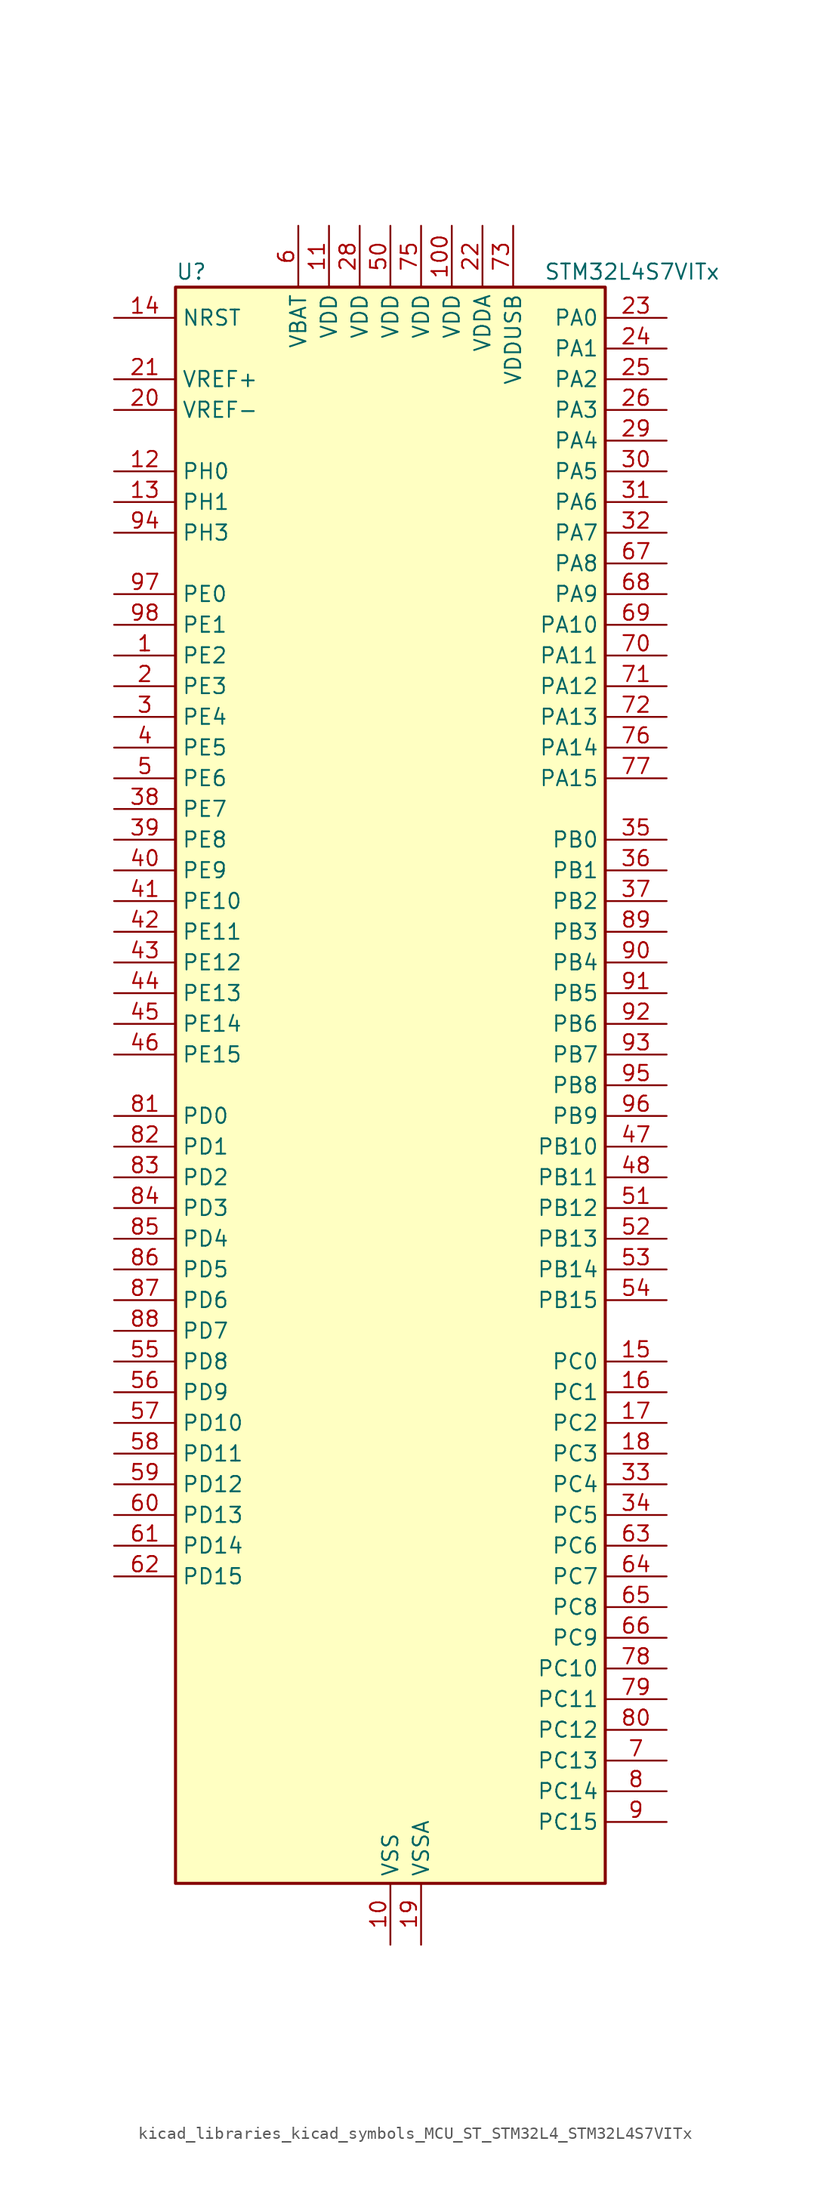
<source format=kicad_sym>
(kicad_symbol_lib
  (version 20220914)
  (generator kicad_symbol_editor)
  (symbol "kicad_libraries_kicad_symbols_MCU_ST_STM32L4_STM32L4S7VITx"
    (property "Reference" "U"
      (at -17.78 67.31 0)
      (effects (font (size 1.27 1.27)) (justify left)))
    (property "Value" "STM32L4S7VITx"
      (at 12.7 67.31 0)
      (effects (font (size 1.27 1.27)) (justify left)))
    (property "ki_locked" ""
      (at 0 0 0)
      (effects (font (size 1.27 1.27))))
    (symbol "kicad_libraries_kicad_symbols_MCU_ST_STM32L4_STM32L4S7VITx_0_1"
      (rectangle (start -17.78 -66.04) (end 17.78 66.04) (stroke (width 0.254) (type default)) (fill (type background))))
    (symbol "kicad_libraries_kicad_symbols_MCU_ST_STM32L4_STM32L4S7VITx_1_1"
      (pin bidirectional line (at -22.86 35.56 0) (length 5.08) (name "PE2" (effects (font (size 1.27 1.27)))) (number "1" (effects (font (size 1.27 1.27)))) (alternate "FMC_A23" bidirectional line) (alternate "LTDC_R0" bidirectional line) (alternate "SAI1_CK1" bidirectional line) (alternate "SAI1_MCLK_A" bidirectional line) (alternate "SYS_TRACECLK" bidirectional line) (alternate "TIM3_ETR" bidirectional line) (alternate "TSC_G7_IO1" bidirectional line))
      (pin power_in line (at 0 -71.12 90) (length 5.08) (name "VSS" (effects (font (size 1.27 1.27)))) (number "10" (effects (font (size 1.27 1.27)))))
      (pin power_in line (at 5.08 71.12 270) (length 5.08) (name "VDD" (effects (font (size 1.27 1.27)))) (number "100" (effects (font (size 1.27 1.27)))))
      (pin power_in line (at -5.08 71.12 270) (length 5.08) (name "VDD" (effects (font (size 1.27 1.27)))) (number "11" (effects (font (size 1.27 1.27)))))
      (pin bidirectional line (at -22.86 50.8 0) (length 5.08) (name "PH0" (effects (font (size 1.27 1.27)))) (number "12" (effects (font (size 1.27 1.27)))) (alternate "RCC_OSC_IN" bidirectional line))
      (pin bidirectional line (at -22.86 48.26 0) (length 5.08) (name "PH1" (effects (font (size 1.27 1.27)))) (number "13" (effects (font (size 1.27 1.27)))) (alternate "RCC_OSC_OUT" bidirectional line))
      (pin input line (at -22.86 63.5 0) (length 5.08) (name "NRST" (effects (font (size 1.27 1.27)))) (number "14" (effects (font (size 1.27 1.27)))))
      (pin bidirectional line (at 22.86 -22.86 180) (length 5.08) (name "PC0" (effects (font (size 1.27 1.27)))) (number "15" (effects (font (size 1.27 1.27)))) (alternate "ADC1_IN1" bidirectional line) (alternate "DFSDM1_DATIN4" bidirectional line) (alternate "I2C3_SCL" bidirectional line) (alternate "LPTIM1_IN1" bidirectional line) (alternate "LPTIM2_IN1" bidirectional line) (alternate "LPUART1_RX" bidirectional line) (alternate "SAI2_FS_A" bidirectional line))
      (pin bidirectional line (at 22.86 -25.4 180) (length 5.08) (name "PC1" (effects (font (size 1.27 1.27)))) (number "16" (effects (font (size 1.27 1.27)))) (alternate "ADC1_IN2" bidirectional line) (alternate "DFSDM1_CKIN4" bidirectional line) (alternate "I2C3_SDA" bidirectional line) (alternate "LPTIM1_OUT" bidirectional line) (alternate "LPUART1_TX" bidirectional line) (alternate "OCTOSPIM_P1_IO4" bidirectional line) (alternate "SAI1_SD_A" bidirectional line) (alternate "SPI2_MOSI" bidirectional line) (alternate "SYS_TRACED0" bidirectional line))
      (pin bidirectional line (at 22.86 -27.94 180) (length 5.08) (name "PC2" (effects (font (size 1.27 1.27)))) (number "17" (effects (font (size 1.27 1.27)))) (alternate "ADC1_IN3" bidirectional line) (alternate "DFSDM1_CKOUT" bidirectional line) (alternate "LPTIM1_IN2" bidirectional line) (alternate "OCTOSPIM_P1_IO5" bidirectional line) (alternate "SPI2_MISO" bidirectional line))
      (pin bidirectional line (at 22.86 -30.48 180) (length 5.08) (name "PC3" (effects (font (size 1.27 1.27)))) (number "18" (effects (font (size 1.27 1.27)))) (alternate "ADC1_IN4" bidirectional line) (alternate "LPTIM1_ETR" bidirectional line) (alternate "LPTIM2_ETR" bidirectional line) (alternate "OCTOSPIM_P1_IO6" bidirectional line) (alternate "SAI1_D1" bidirectional line) (alternate "SAI1_SD_A" bidirectional line) (alternate "SPI2_MOSI" bidirectional line))
      (pin power_in line (at 2.54 -71.12 90) (length 5.08) (name "VSSA" (effects (font (size 1.27 1.27)))) (number "19" (effects (font (size 1.27 1.27)))))
      (pin bidirectional line (at -22.86 33.02 0) (length 5.08) (name "PE3" (effects (font (size 1.27 1.27)))) (number "2" (effects (font (size 1.27 1.27)))) (alternate "FMC_A19" bidirectional line) (alternate "LTDC_R1" bidirectional line) (alternate "OCTOSPIM_P1_DQS" bidirectional line) (alternate "SAI1_SD_B" bidirectional line) (alternate "SYS_TRACED0" bidirectional line) (alternate "TIM3_CH1" bidirectional line) (alternate "TSC_G7_IO2" bidirectional line))
      (pin input line (at -22.86 55.88 0) (length 5.08) (name "VREF-" (effects (font (size 1.27 1.27)))) (number "20" (effects (font (size 1.27 1.27)))))
      (pin input line (at -22.86 58.42 0) (length 5.08) (name "VREF+" (effects (font (size 1.27 1.27)))) (number "21" (effects (font (size 1.27 1.27)))) (alternate "VREFBUF_OUT" bidirectional line))
      (pin power_in line (at 7.62 71.12 270) (length 5.08) (name "VDDA" (effects (font (size 1.27 1.27)))) (number "22" (effects (font (size 1.27 1.27)))))
      (pin bidirectional line (at 22.86 63.5 180) (length 5.08) (name "PA0" (effects (font (size 1.27 1.27)))) (number "23" (effects (font (size 1.27 1.27)))) (alternate "ADC1_IN5" bidirectional line) (alternate "OPAMP1_VINP" bidirectional line) (alternate "RTC_TAMP2" bidirectional line) (alternate "SAI1_EXTCLK" bidirectional line) (alternate "SYS_WKUP1" bidirectional line) (alternate "TIM2_CH1" bidirectional line) (alternate "TIM2_ETR" bidirectional line) (alternate "TIM5_CH1" bidirectional line) (alternate "TIM8_ETR" bidirectional line) (alternate "UART4_TX" bidirectional line) (alternate "USART2_CTS" bidirectional line) (alternate "USART2_NSS" bidirectional line))
      (pin bidirectional line (at 22.86 60.96 180) (length 5.08) (name "PA1" (effects (font (size 1.27 1.27)))) (number "24" (effects (font (size 1.27 1.27)))) (alternate "ADC1_IN6" bidirectional line) (alternate "I2C1_SMBA" bidirectional line) (alternate "OCTOSPIM_P1_DQS" bidirectional line) (alternate "OPAMP1_VINM" bidirectional line) (alternate "SPI1_SCK" bidirectional line) (alternate "TIM15_CH1N" bidirectional line) (alternate "TIM2_CH2" bidirectional line) (alternate "TIM5_CH2" bidirectional line) (alternate "UART4_RX" bidirectional line) (alternate "USART2_DE" bidirectional line) (alternate "USART2_RTS" bidirectional line))
      (pin bidirectional line (at 22.86 58.42 180) (length 5.08) (name "PA2" (effects (font (size 1.27 1.27)))) (number "25" (effects (font (size 1.27 1.27)))) (alternate "ADC1_IN7" bidirectional line) (alternate "LPUART1_TX" bidirectional line) (alternate "OCTOSPIM_P1_NCS" bidirectional line) (alternate "RCC_LSCO" bidirectional line) (alternate "SAI2_EXTCLK" bidirectional line) (alternate "SYS_WKUP4" bidirectional line) (alternate "TIM15_CH1" bidirectional line) (alternate "TIM2_CH3" bidirectional line) (alternate "TIM5_CH3" bidirectional line) (alternate "USART2_TX" bidirectional line))
      (pin bidirectional line (at 22.86 55.88 180) (length 5.08) (name "PA3" (effects (font (size 1.27 1.27)))) (number "26" (effects (font (size 1.27 1.27)))) (alternate "ADC1_IN8" bidirectional line) (alternate "LPUART1_RX" bidirectional line) (alternate "OCTOSPIM_P1_CLK" bidirectional line) (alternate "OPAMP1_VOUT" bidirectional line) (alternate "SAI1_CK1" bidirectional line) (alternate "SAI1_MCLK_A" bidirectional line) (alternate "TIM15_CH2" bidirectional line) (alternate "TIM2_CH4" bidirectional line) (alternate "TIM5_CH4" bidirectional line) (alternate "USART2_RX" bidirectional line))
      (pin passive line (at 0 -71.12 90) (length 5.08) hide (name "VSS" (effects (font (size 1.27 1.27)))) (number "27" (effects (font (size 1.27 1.27)))))
      (pin power_in line (at -2.54 71.12 270) (length 5.08) (name "VDD" (effects (font (size 1.27 1.27)))) (number "28" (effects (font (size 1.27 1.27)))))
      (pin bidirectional line (at 22.86 53.34 180) (length 5.08) (name "PA4" (effects (font (size 1.27 1.27)))) (number "29" (effects (font (size 1.27 1.27)))) (alternate "ADC1_IN9" bidirectional line) (alternate "DAC1_OUT1" bidirectional line) (alternate "DCMI_HSYNC" bidirectional line) (alternate "LPTIM2_OUT" bidirectional line) (alternate "OCTOSPIM_P1_NCS" bidirectional line) (alternate "SAI1_FS_B" bidirectional line) (alternate "SPI1_NSS" bidirectional line) (alternate "SPI3_NSS" bidirectional line) (alternate "USART2_CK" bidirectional line))
      (pin bidirectional line (at -22.86 30.48 0) (length 5.08) (name "PE4" (effects (font (size 1.27 1.27)))) (number "3" (effects (font (size 1.27 1.27)))) (alternate "DCMI_D4" bidirectional line) (alternate "DFSDM1_DATIN3" bidirectional line) (alternate "FMC_A20" bidirectional line) (alternate "LTDC_B0" bidirectional line) (alternate "SAI1_D2" bidirectional line) (alternate "SAI1_FS_A" bidirectional line) (alternate "SYS_TRACED1" bidirectional line) (alternate "TIM3_CH2" bidirectional line) (alternate "TSC_G7_IO3" bidirectional line))
      (pin bidirectional line (at 22.86 50.8 180) (length 5.08) (name "PA5" (effects (font (size 1.27 1.27)))) (number "30" (effects (font (size 1.27 1.27)))) (alternate "ADC1_IN10" bidirectional line) (alternate "DAC1_OUT2" bidirectional line) (alternate "LPTIM2_ETR" bidirectional line) (alternate "SPI1_SCK" bidirectional line) (alternate "TIM2_CH1" bidirectional line) (alternate "TIM2_ETR" bidirectional line) (alternate "TIM8_CH1N" bidirectional line))
      (pin bidirectional line (at 22.86 48.26 180) (length 5.08) (name "PA6" (effects (font (size 1.27 1.27)))) (number "31" (effects (font (size 1.27 1.27)))) (alternate "ADC1_IN11" bidirectional line) (alternate "DCMI_PIXCLK" bidirectional line) (alternate "LPUART1_CTS" bidirectional line) (alternate "OCTOSPIM_P1_IO3" bidirectional line) (alternate "OPAMP2_VINP" bidirectional line) (alternate "SPI1_MISO" bidirectional line) (alternate "TIM16_CH1" bidirectional line) (alternate "TIM1_BKIN" bidirectional line) (alternate "TIM3_CH1" bidirectional line) (alternate "TIM8_BKIN" bidirectional line) (alternate "USART3_CTS" bidirectional line) (alternate "USART3_NSS" bidirectional line))
      (pin bidirectional line (at 22.86 45.72 180) (length 5.08) (name "PA7" (effects (font (size 1.27 1.27)))) (number "32" (effects (font (size 1.27 1.27)))) (alternate "ADC1_IN12" bidirectional line) (alternate "I2C3_SCL" bidirectional line) (alternate "OCTOSPIM_P1_IO2" bidirectional line) (alternate "OPAMP2_VINM" bidirectional line) (alternate "SPI1_MOSI" bidirectional line) (alternate "TIM17_CH1" bidirectional line) (alternate "TIM1_CH1N" bidirectional line) (alternate "TIM3_CH2" bidirectional line) (alternate "TIM8_CH1N" bidirectional line))
      (pin bidirectional line (at 22.86 -33.02 180) (length 5.08) (name "PC4" (effects (font (size 1.27 1.27)))) (number "33" (effects (font (size 1.27 1.27)))) (alternate "ADC1_IN13" bidirectional line) (alternate "COMP1_INM" bidirectional line) (alternate "OCTOSPIM_P1_IO7" bidirectional line) (alternate "USART3_TX" bidirectional line))
      (pin bidirectional line (at 22.86 -35.56 180) (length 5.08) (name "PC5" (effects (font (size 1.27 1.27)))) (number "34" (effects (font (size 1.27 1.27)))) (alternate "ADC1_IN14" bidirectional line) (alternate "COMP1_INP" bidirectional line) (alternate "SAI1_D3" bidirectional line) (alternate "SYS_WKUP5" bidirectional line) (alternate "USART3_RX" bidirectional line))
      (pin bidirectional line (at 22.86 20.32 180) (length 5.08) (name "PB0" (effects (font (size 1.27 1.27)))) (number "35" (effects (font (size 1.27 1.27)))) (alternate "ADC1_IN15" bidirectional line) (alternate "COMP1_OUT" bidirectional line) (alternate "OCTOSPIM_P1_IO1" bidirectional line) (alternate "OPAMP2_VOUT" bidirectional line) (alternate "SAI1_EXTCLK" bidirectional line) (alternate "SPI1_NSS" bidirectional line) (alternate "TIM1_CH2N" bidirectional line) (alternate "TIM3_CH3" bidirectional line) (alternate "TIM8_CH2N" bidirectional line) (alternate "USART3_CK" bidirectional line))
      (pin bidirectional line (at 22.86 17.78 180) (length 5.08) (name "PB1" (effects (font (size 1.27 1.27)))) (number "36" (effects (font (size 1.27 1.27)))) (alternate "ADC1_IN16" bidirectional line) (alternate "COMP1_INM" bidirectional line) (alternate "DFSDM1_DATIN0" bidirectional line) (alternate "LPTIM2_IN1" bidirectional line) (alternate "LPUART1_DE" bidirectional line) (alternate "LPUART1_RTS" bidirectional line) (alternate "OCTOSPIM_P1_IO0" bidirectional line) (alternate "TIM1_CH3N" bidirectional line) (alternate "TIM3_CH4" bidirectional line) (alternate "TIM8_CH3N" bidirectional line) (alternate "USART3_DE" bidirectional line) (alternate "USART3_RTS" bidirectional line))
      (pin bidirectional line (at 22.86 15.24 180) (length 5.08) (name "PB2" (effects (font (size 1.27 1.27)))) (number "37" (effects (font (size 1.27 1.27)))) (alternate "COMP1_INP" bidirectional line) (alternate "DFSDM1_CKIN0" bidirectional line) (alternate "I2C3_SMBA" bidirectional line) (alternate "LPTIM1_OUT" bidirectional line) (alternate "LTDC_B1" bidirectional line) (alternate "OCTOSPIM_P1_DQS" bidirectional line) (alternate "RTC_OUT_ALARM" bidirectional line) (alternate "RTC_OUT_CALIB" bidirectional line))
      (pin bidirectional line (at -22.86 22.86 0) (length 5.08) (name "PE7" (effects (font (size 1.27 1.27)))) (number "38" (effects (font (size 1.27 1.27)))) (alternate "DFSDM1_DATIN2" bidirectional line) (alternate "FMC_D4" bidirectional line) (alternate "FMC_DA4" bidirectional line) (alternate "LTDC_B6" bidirectional line) (alternate "SAI1_SD_B" bidirectional line) (alternate "TIM1_ETR" bidirectional line))
      (pin bidirectional line (at -22.86 20.32 0) (length 5.08) (name "PE8" (effects (font (size 1.27 1.27)))) (number "39" (effects (font (size 1.27 1.27)))) (alternate "DFSDM1_CKIN2" bidirectional line) (alternate "FMC_D5" bidirectional line) (alternate "FMC_DA5" bidirectional line) (alternate "LTDC_B7" bidirectional line) (alternate "SAI1_SCK_B" bidirectional line) (alternate "TIM1_CH1N" bidirectional line))
      (pin bidirectional line (at -22.86 27.94 0) (length 5.08) (name "PE5" (effects (font (size 1.27 1.27)))) (number "4" (effects (font (size 1.27 1.27)))) (alternate "DCMI_D6" bidirectional line) (alternate "DFSDM1_CKIN3" bidirectional line) (alternate "FMC_A21" bidirectional line) (alternate "LTDC_G0" bidirectional line) (alternate "SAI1_CK2" bidirectional line) (alternate "SAI1_SCK_A" bidirectional line) (alternate "SYS_TRACED2" bidirectional line) (alternate "TIM3_CH3" bidirectional line) (alternate "TSC_G7_IO4" bidirectional line))
      (pin bidirectional line (at -22.86 17.78 0) (length 5.08) (name "PE9" (effects (font (size 1.27 1.27)))) (number "40" (effects (font (size 1.27 1.27)))) (alternate "DAC1_EXTI9" bidirectional line) (alternate "DFSDM1_CKOUT" bidirectional line) (alternate "FMC_D6" bidirectional line) (alternate "FMC_DA6" bidirectional line) (alternate "LTDC_G2" bidirectional line) (alternate "SAI1_FS_B" bidirectional line) (alternate "TIM1_CH1" bidirectional line))
      (pin bidirectional line (at -22.86 15.24 0) (length 5.08) (name "PE10" (effects (font (size 1.27 1.27)))) (number "41" (effects (font (size 1.27 1.27)))) (alternate "DFSDM1_DATIN4" bidirectional line) (alternate "FMC_D7" bidirectional line) (alternate "FMC_DA7" bidirectional line) (alternate "LTDC_G3" bidirectional line) (alternate "OCTOSPIM_P1_CLK" bidirectional line) (alternate "SAI1_MCLK_B" bidirectional line) (alternate "TIM1_CH2N" bidirectional line) (alternate "TSC_G5_IO1" bidirectional line))
      (pin bidirectional line (at -22.86 12.7 0) (length 5.08) (name "PE11" (effects (font (size 1.27 1.27)))) (number "42" (effects (font (size 1.27 1.27)))) (alternate "ADC1_EXTI11" bidirectional line) (alternate "DFSDM1_CKIN4" bidirectional line) (alternate "FMC_D8" bidirectional line) (alternate "FMC_DA8" bidirectional line) (alternate "LTDC_G4" bidirectional line) (alternate "OCTOSPIM_P1_NCS" bidirectional line) (alternate "TIM1_CH2" bidirectional line) (alternate "TSC_G5_IO2" bidirectional line))
      (pin bidirectional line (at -22.86 10.16 0) (length 5.08) (name "PE12" (effects (font (size 1.27 1.27)))) (number "43" (effects (font (size 1.27 1.27)))) (alternate "DFSDM1_DATIN5" bidirectional line) (alternate "FMC_D9" bidirectional line) (alternate "FMC_DA9" bidirectional line) (alternate "LTDC_G5" bidirectional line) (alternate "OCTOSPIM_P1_IO0" bidirectional line) (alternate "SPI1_NSS" bidirectional line) (alternate "TIM1_CH3N" bidirectional line) (alternate "TSC_G5_IO3" bidirectional line))
      (pin bidirectional line (at -22.86 7.62 0) (length 5.08) (name "PE13" (effects (font (size 1.27 1.27)))) (number "44" (effects (font (size 1.27 1.27)))) (alternate "DFSDM1_CKIN5" bidirectional line) (alternate "FMC_D10" bidirectional line) (alternate "FMC_DA10" bidirectional line) (alternate "LTDC_G6" bidirectional line) (alternate "OCTOSPIM_P1_IO1" bidirectional line) (alternate "SPI1_SCK" bidirectional line) (alternate "TIM1_CH3" bidirectional line) (alternate "TSC_G5_IO4" bidirectional line))
      (pin bidirectional line (at -22.86 5.08 0) (length 5.08) (name "PE14" (effects (font (size 1.27 1.27)))) (number "45" (effects (font (size 1.27 1.27)))) (alternate "FMC_D11" bidirectional line) (alternate "FMC_DA11" bidirectional line) (alternate "LTDC_G7" bidirectional line) (alternate "OCTOSPIM_P1_IO2" bidirectional line) (alternate "SPI1_MISO" bidirectional line) (alternate "TIM1_BKIN2" bidirectional line) (alternate "TIM1_CH4" bidirectional line))
      (pin bidirectional line (at -22.86 2.54 0) (length 5.08) (name "PE15" (effects (font (size 1.27 1.27)))) (number "46" (effects (font (size 1.27 1.27)))) (alternate "ADC1_EXTI15" bidirectional line) (alternate "FMC_D12" bidirectional line) (alternate "FMC_DA12" bidirectional line) (alternate "LTDC_R2" bidirectional line) (alternate "OCTOSPIM_P1_IO3" bidirectional line) (alternate "SPI1_MOSI" bidirectional line) (alternate "TIM1_BKIN" bidirectional line))
      (pin bidirectional line (at 22.86 -5.08 180) (length 5.08) (name "PB10" (effects (font (size 1.27 1.27)))) (number "47" (effects (font (size 1.27 1.27)))) (alternate "COMP1_OUT" bidirectional line) (alternate "DFSDM1_DATIN7" bidirectional line) (alternate "I2C2_SCL" bidirectional line) (alternate "I2C4_SCL" bidirectional line) (alternate "LPUART1_RX" bidirectional line) (alternate "OCTOSPIM_P1_CLK" bidirectional line) (alternate "SAI1_SCK_A" bidirectional line) (alternate "SPI2_SCK" bidirectional line) (alternate "TIM2_CH3" bidirectional line) (alternate "TSC_SYNC" bidirectional line) (alternate "USART3_TX" bidirectional line))
      (pin bidirectional line (at 22.86 -7.62 180) (length 5.08) (name "PB11" (effects (font (size 1.27 1.27)))) (number "48" (effects (font (size 1.27 1.27)))) (alternate "ADC1_EXTI11" bidirectional line) (alternate "COMP2_OUT" bidirectional line) (alternate "DFSDM1_CKIN7" bidirectional line) (alternate "I2C2_SDA" bidirectional line) (alternate "I2C4_SDA" bidirectional line) (alternate "LPUART1_TX" bidirectional line) (alternate "OCTOSPIM_P1_NCS" bidirectional line) (alternate "TIM2_CH4" bidirectional line) (alternate "USART3_RX" bidirectional line))
      (pin passive line (at 0 -71.12 90) (length 5.08) hide (name "VSS" (effects (font (size 1.27 1.27)))) (number "49" (effects (font (size 1.27 1.27)))))
      (pin bidirectional line (at -22.86 25.4 0) (length 5.08) (name "PE6" (effects (font (size 1.27 1.27)))) (number "5" (effects (font (size 1.27 1.27)))) (alternate "DCMI_D7" bidirectional line) (alternate "FMC_A22" bidirectional line) (alternate "LTDC_G1" bidirectional line) (alternate "RTC_TAMP3" bidirectional line) (alternate "SAI1_D1" bidirectional line) (alternate "SAI1_SD_A" bidirectional line) (alternate "SYS_TRACED3" bidirectional line) (alternate "SYS_WKUP3" bidirectional line) (alternate "TIM3_CH4" bidirectional line))
      (pin power_in line (at 0 71.12 270) (length 5.08) (name "VDD" (effects (font (size 1.27 1.27)))) (number "50" (effects (font (size 1.27 1.27)))))
      (pin bidirectional line (at 22.86 -10.16 180) (length 5.08) (name "PB12" (effects (font (size 1.27 1.27)))) (number "51" (effects (font (size 1.27 1.27)))) (alternate "DFSDM1_DATIN1" bidirectional line) (alternate "I2C2_SMBA" bidirectional line) (alternate "LPUART1_DE" bidirectional line) (alternate "LPUART1_RTS" bidirectional line) (alternate "SAI2_FS_A" bidirectional line) (alternate "SPI2_NSS" bidirectional line) (alternate "TIM15_BKIN" bidirectional line) (alternate "TIM1_BKIN" bidirectional line) (alternate "TSC_G1_IO1" bidirectional line) (alternate "USART3_CK" bidirectional line))
      (pin bidirectional line (at 22.86 -12.7 180) (length 5.08) (name "PB13" (effects (font (size 1.27 1.27)))) (number "52" (effects (font (size 1.27 1.27)))) (alternate "DFSDM1_CKIN1" bidirectional line) (alternate "I2C2_SCL" bidirectional line) (alternate "LPUART1_CTS" bidirectional line) (alternate "SAI2_SCK_A" bidirectional line) (alternate "SPI2_SCK" bidirectional line) (alternate "TIM15_CH1N" bidirectional line) (alternate "TIM1_CH1N" bidirectional line) (alternate "TSC_G1_IO2" bidirectional line) (alternate "USART3_CTS" bidirectional line) (alternate "USART3_NSS" bidirectional line))
      (pin bidirectional line (at 22.86 -15.24 180) (length 5.08) (name "PB14" (effects (font (size 1.27 1.27)))) (number "53" (effects (font (size 1.27 1.27)))) (alternate "DFSDM1_DATIN2" bidirectional line) (alternate "I2C2_SDA" bidirectional line) (alternate "SAI2_MCLK_A" bidirectional line) (alternate "SPI2_MISO" bidirectional line) (alternate "TIM15_CH1" bidirectional line) (alternate "TIM1_CH2N" bidirectional line) (alternate "TIM8_CH2N" bidirectional line) (alternate "TSC_G1_IO3" bidirectional line) (alternate "USART3_DE" bidirectional line) (alternate "USART3_RTS" bidirectional line))
      (pin bidirectional line (at 22.86 -17.78 180) (length 5.08) (name "PB15" (effects (font (size 1.27 1.27)))) (number "54" (effects (font (size 1.27 1.27)))) (alternate "ADC1_EXTI15" bidirectional line) (alternate "DFSDM1_CKIN2" bidirectional line) (alternate "RTC_REFIN" bidirectional line) (alternate "SAI2_SD_A" bidirectional line) (alternate "SPI2_MOSI" bidirectional line) (alternate "TIM15_CH2" bidirectional line) (alternate "TIM1_CH3N" bidirectional line) (alternate "TIM8_CH3N" bidirectional line) (alternate "TSC_G1_IO4" bidirectional line))
      (pin bidirectional line (at -22.86 -22.86 0) (length 5.08) (name "PD8" (effects (font (size 1.27 1.27)))) (number "55" (effects (font (size 1.27 1.27)))) (alternate "DCMI_HSYNC" bidirectional line) (alternate "FMC_D13" bidirectional line) (alternate "FMC_DA13" bidirectional line) (alternate "LTDC_R3" bidirectional line) (alternate "USART3_TX" bidirectional line))
      (pin bidirectional line (at -22.86 -25.4 0) (length 5.08) (name "PD9" (effects (font (size 1.27 1.27)))) (number "56" (effects (font (size 1.27 1.27)))) (alternate "DAC1_EXTI9" bidirectional line) (alternate "DCMI_PIXCLK" bidirectional line) (alternate "FMC_D14" bidirectional line) (alternate "FMC_DA14" bidirectional line) (alternate "LTDC_R4" bidirectional line) (alternate "SAI2_MCLK_A" bidirectional line) (alternate "USART3_RX" bidirectional line))
      (pin bidirectional line (at -22.86 -27.94 0) (length 5.08) (name "PD10" (effects (font (size 1.27 1.27)))) (number "57" (effects (font (size 1.27 1.27)))) (alternate "FMC_D15" bidirectional line) (alternate "FMC_DA15" bidirectional line) (alternate "LTDC_R5" bidirectional line) (alternate "SAI2_SCK_A" bidirectional line) (alternate "TSC_G6_IO1" bidirectional line) (alternate "USART3_CK" bidirectional line))
      (pin bidirectional line (at -22.86 -30.48 0) (length 5.08) (name "PD11" (effects (font (size 1.27 1.27)))) (number "58" (effects (font (size 1.27 1.27)))) (alternate "ADC1_EXTI11" bidirectional line) (alternate "FMC_A16" bidirectional line) (alternate "FMC_CLE" bidirectional line) (alternate "I2C4_SMBA" bidirectional line) (alternate "LPTIM2_ETR" bidirectional line) (alternate "LTDC_R6" bidirectional line) (alternate "SAI2_SD_A" bidirectional line) (alternate "TSC_G6_IO2" bidirectional line) (alternate "USART3_CTS" bidirectional line) (alternate "USART3_NSS" bidirectional line))
      (pin bidirectional line (at -22.86 -33.02 0) (length 5.08) (name "PD12" (effects (font (size 1.27 1.27)))) (number "59" (effects (font (size 1.27 1.27)))) (alternate "FMC_A17" bidirectional line) (alternate "FMC_ALE" bidirectional line) (alternate "I2C4_SCL" bidirectional line) (alternate "LPTIM2_IN1" bidirectional line) (alternate "LTDC_R7" bidirectional line) (alternate "SAI2_FS_A" bidirectional line) (alternate "TIM4_CH1" bidirectional line) (alternate "TSC_G6_IO3" bidirectional line) (alternate "USART3_DE" bidirectional line) (alternate "USART3_RTS" bidirectional line))
      (pin power_in line (at -7.62 71.12 270) (length 5.08) (name "VBAT" (effects (font (size 1.27 1.27)))) (number "6" (effects (font (size 1.27 1.27)))))
      (pin bidirectional line (at -22.86 -35.56 0) (length 5.08) (name "PD13" (effects (font (size 1.27 1.27)))) (number "60" (effects (font (size 1.27 1.27)))) (alternate "FMC_A18" bidirectional line) (alternate "I2C4_SDA" bidirectional line) (alternate "LPTIM2_OUT" bidirectional line) (alternate "TIM4_CH2" bidirectional line) (alternate "TSC_G6_IO4" bidirectional line))
      (pin bidirectional line (at -22.86 -38.1 0) (length 5.08) (name "PD14" (effects (font (size 1.27 1.27)))) (number "61" (effects (font (size 1.27 1.27)))) (alternate "FMC_D0" bidirectional line) (alternate "FMC_DA0" bidirectional line) (alternate "LTDC_B2" bidirectional line) (alternate "TIM4_CH3" bidirectional line))
      (pin bidirectional line (at -22.86 -40.64 0) (length 5.08) (name "PD15" (effects (font (size 1.27 1.27)))) (number "62" (effects (font (size 1.27 1.27)))) (alternate "ADC1_EXTI15" bidirectional line) (alternate "FMC_D1" bidirectional line) (alternate "FMC_DA1" bidirectional line) (alternate "LTDC_B3" bidirectional line) (alternate "TIM4_CH4" bidirectional line))
      (pin bidirectional line (at 22.86 -38.1 180) (length 5.08) (name "PC6" (effects (font (size 1.27 1.27)))) (number "63" (effects (font (size 1.27 1.27)))) (alternate "DCMI_D0" bidirectional line) (alternate "DFSDM1_CKIN3" bidirectional line) (alternate "LTDC_R0" bidirectional line) (alternate "SAI2_MCLK_A" bidirectional line) (alternate "SDMMC1_D0DIR" bidirectional line) (alternate "SDMMC1_D6" bidirectional line) (alternate "TIM3_CH1" bidirectional line) (alternate "TIM8_CH1" bidirectional line) (alternate "TSC_G4_IO1" bidirectional line))
      (pin bidirectional line (at 22.86 -40.64 180) (length 5.08) (name "PC7" (effects (font (size 1.27 1.27)))) (number "64" (effects (font (size 1.27 1.27)))) (alternate "DCMI_D1" bidirectional line) (alternate "DFSDM1_DATIN3" bidirectional line) (alternate "LTDC_R1" bidirectional line) (alternate "SAI2_MCLK_B" bidirectional line) (alternate "SDMMC1_D123DIR" bidirectional line) (alternate "SDMMC1_D7" bidirectional line) (alternate "TIM3_CH2" bidirectional line) (alternate "TIM8_CH2" bidirectional line) (alternate "TSC_G4_IO2" bidirectional line))
      (pin bidirectional line (at 22.86 -43.18 180) (length 5.08) (name "PC8" (effects (font (size 1.27 1.27)))) (number "65" (effects (font (size 1.27 1.27)))) (alternate "DCMI_D2" bidirectional line) (alternate "SDMMC1_D0" bidirectional line) (alternate "TIM3_CH3" bidirectional line) (alternate "TIM8_CH3" bidirectional line) (alternate "TSC_G4_IO3" bidirectional line))
      (pin bidirectional line (at 22.86 -45.72 180) (length 5.08) (name "PC9" (effects (font (size 1.27 1.27)))) (number "66" (effects (font (size 1.27 1.27)))) (alternate "DAC1_EXTI9" bidirectional line) (alternate "DCMI_D3" bidirectional line) (alternate "I2C3_SDA" bidirectional line) (alternate "SAI2_EXTCLK" bidirectional line) (alternate "SDMMC1_D1" bidirectional line) (alternate "SYS_TRACED0" bidirectional line) (alternate "TIM3_CH4" bidirectional line) (alternate "TIM8_BKIN2" bidirectional line) (alternate "TIM8_CH4" bidirectional line) (alternate "TSC_G4_IO4" bidirectional line) (alternate "USB_OTG_FS_NOE" bidirectional line))
      (pin bidirectional line (at 22.86 43.18 180) (length 5.08) (name "PA8" (effects (font (size 1.27 1.27)))) (number "67" (effects (font (size 1.27 1.27)))) (alternate "LPTIM2_OUT" bidirectional line) (alternate "RCC_MCO" bidirectional line) (alternate "SAI1_CK2" bidirectional line) (alternate "SAI1_SCK_A" bidirectional line) (alternate "TIM1_CH1" bidirectional line) (alternate "USART1_CK" bidirectional line) (alternate "USB_OTG_FS_SOF" bidirectional line))
      (pin bidirectional line (at 22.86 40.64 180) (length 5.08) (name "PA9" (effects (font (size 1.27 1.27)))) (number "68" (effects (font (size 1.27 1.27)))) (alternate "DAC1_EXTI9" bidirectional line) (alternate "DCMI_D0" bidirectional line) (alternate "SAI1_FS_A" bidirectional line) (alternate "SPI2_SCK" bidirectional line) (alternate "TIM15_BKIN" bidirectional line) (alternate "TIM1_CH2" bidirectional line) (alternate "USART1_TX" bidirectional line) (alternate "USB_OTG_FS_VBUS" bidirectional line))
      (pin bidirectional line (at 22.86 38.1 180) (length 5.08) (name "PA10" (effects (font (size 1.27 1.27)))) (number "69" (effects (font (size 1.27 1.27)))) (alternate "DCMI_D1" bidirectional line) (alternate "SAI1_D1" bidirectional line) (alternate "SAI1_SD_A" bidirectional line) (alternate "TIM17_BKIN" bidirectional line) (alternate "TIM1_CH3" bidirectional line) (alternate "USART1_RX" bidirectional line) (alternate "USB_OTG_FS_ID" bidirectional line))
      (pin bidirectional line (at 22.86 -55.88 180) (length 5.08) (name "PC13" (effects (font (size 1.27 1.27)))) (number "7" (effects (font (size 1.27 1.27)))) (alternate "RTC_OUT_ALARM" bidirectional line) (alternate "RTC_OUT_CALIB" bidirectional line) (alternate "RTC_TAMP1" bidirectional line) (alternate "RTC_TS" bidirectional line) (alternate "SYS_WKUP2" bidirectional line))
      (pin bidirectional line (at 22.86 35.56 180) (length 5.08) (name "PA11" (effects (font (size 1.27 1.27)))) (number "70" (effects (font (size 1.27 1.27)))) (alternate "ADC1_EXTI11" bidirectional line) (alternate "CAN1_RX" bidirectional line) (alternate "SPI1_MISO" bidirectional line) (alternate "TIM1_BKIN2" bidirectional line) (alternate "TIM1_CH4" bidirectional line) (alternate "USART1_CTS" bidirectional line) (alternate "USART1_NSS" bidirectional line) (alternate "USB_OTG_FS_DM" bidirectional line))
      (pin bidirectional line (at 22.86 33.02 180) (length 5.08) (name "PA12" (effects (font (size 1.27 1.27)))) (number "71" (effects (font (size 1.27 1.27)))) (alternate "CAN1_TX" bidirectional line) (alternate "SPI1_MOSI" bidirectional line) (alternate "TIM1_ETR" bidirectional line) (alternate "USART1_DE" bidirectional line) (alternate "USART1_RTS" bidirectional line) (alternate "USB_OTG_FS_DP" bidirectional line))
      (pin bidirectional line (at 22.86 30.48 180) (length 5.08) (name "PA13" (effects (font (size 1.27 1.27)))) (number "72" (effects (font (size 1.27 1.27)))) (alternate "IR_OUT" bidirectional line) (alternate "SAI1_SD_B" bidirectional line) (alternate "SYS_JTMS-SWDIO" bidirectional line) (alternate "USB_OTG_FS_NOE" bidirectional line))
      (pin power_in line (at 10.16 71.12 270) (length 5.08) (name "VDDUSB" (effects (font (size 1.27 1.27)))) (number "73" (effects (font (size 1.27 1.27)))))
      (pin passive line (at 0 -71.12 90) (length 5.08) hide (name "VSS" (effects (font (size 1.27 1.27)))) (number "74" (effects (font (size 1.27 1.27)))))
      (pin power_in line (at 2.54 71.12 270) (length 5.08) (name "VDD" (effects (font (size 1.27 1.27)))) (number "75" (effects (font (size 1.27 1.27)))))
      (pin bidirectional line (at 22.86 27.94 180) (length 5.08) (name "PA14" (effects (font (size 1.27 1.27)))) (number "76" (effects (font (size 1.27 1.27)))) (alternate "I2C1_SMBA" bidirectional line) (alternate "I2C4_SMBA" bidirectional line) (alternate "LPTIM1_OUT" bidirectional line) (alternate "SAI1_FS_B" bidirectional line) (alternate "SYS_JTCK-SWCLK" bidirectional line) (alternate "USB_OTG_FS_SOF" bidirectional line))
      (pin bidirectional line (at 22.86 25.4 180) (length 5.08) (name "PA15" (effects (font (size 1.27 1.27)))) (number "77" (effects (font (size 1.27 1.27)))) (alternate "ADC1_EXTI15" bidirectional line) (alternate "SAI2_FS_B" bidirectional line) (alternate "SPI1_NSS" bidirectional line) (alternate "SPI3_NSS" bidirectional line) (alternate "SYS_JTDI" bidirectional line) (alternate "TIM2_CH1" bidirectional line) (alternate "TIM2_ETR" bidirectional line) (alternate "TSC_G3_IO1" bidirectional line) (alternate "UART4_DE" bidirectional line) (alternate "UART4_RTS" bidirectional line) (alternate "USART2_RX" bidirectional line) (alternate "USART3_DE" bidirectional line) (alternate "USART3_RTS" bidirectional line))
      (pin bidirectional line (at 22.86 -48.26 180) (length 5.08) (name "PC10" (effects (font (size 1.27 1.27)))) (number "78" (effects (font (size 1.27 1.27)))) (alternate "DCMI_D8" bidirectional line) (alternate "SAI2_SCK_B" bidirectional line) (alternate "SDMMC1_D2" bidirectional line) (alternate "SPI3_SCK" bidirectional line) (alternate "SYS_TRACED1" bidirectional line) (alternate "TSC_G3_IO2" bidirectional line) (alternate "UART4_TX" bidirectional line) (alternate "USART3_TX" bidirectional line))
      (pin bidirectional line (at 22.86 -50.8 180) (length 5.08) (name "PC11" (effects (font (size 1.27 1.27)))) (number "79" (effects (font (size 1.27 1.27)))) (alternate "ADC1_EXTI11" bidirectional line) (alternate "DCMI_D2" bidirectional line) (alternate "DCMI_D4" bidirectional line) (alternate "OCTOSPIM_P1_NCS" bidirectional line) (alternate "SAI2_MCLK_B" bidirectional line) (alternate "SDMMC1_D3" bidirectional line) (alternate "SPI3_MISO" bidirectional line) (alternate "TSC_G3_IO3" bidirectional line) (alternate "UART4_RX" bidirectional line) (alternate "USART3_RX" bidirectional line))
      (pin bidirectional line (at 22.86 -58.42 180) (length 5.08) (name "PC14" (effects (font (size 1.27 1.27)))) (number "8" (effects (font (size 1.27 1.27)))) (alternate "RCC_OSC32_IN" bidirectional line))
      (pin bidirectional line (at 22.86 -53.34 180) (length 5.08) (name "PC12" (effects (font (size 1.27 1.27)))) (number "80" (effects (font (size 1.27 1.27)))) (alternate "DCMI_D9" bidirectional line) (alternate "SAI2_SD_B" bidirectional line) (alternate "SDMMC1_CK" bidirectional line) (alternate "SPI3_MOSI" bidirectional line) (alternate "SYS_TRACED3" bidirectional line) (alternate "TSC_G3_IO4" bidirectional line) (alternate "UART5_TX" bidirectional line) (alternate "USART3_CK" bidirectional line))
      (pin bidirectional line (at -22.86 -2.54 0) (length 5.08) (name "PD0" (effects (font (size 1.27 1.27)))) (number "81" (effects (font (size 1.27 1.27)))) (alternate "CAN1_RX" bidirectional line) (alternate "DFSDM1_DATIN7" bidirectional line) (alternate "FMC_D2" bidirectional line) (alternate "FMC_DA2" bidirectional line) (alternate "LTDC_B4" bidirectional line) (alternate "SPI2_NSS" bidirectional line))
      (pin bidirectional line (at -22.86 -5.08 0) (length 5.08) (name "PD1" (effects (font (size 1.27 1.27)))) (number "82" (effects (font (size 1.27 1.27)))) (alternate "CAN1_TX" bidirectional line) (alternate "DFSDM1_CKIN7" bidirectional line) (alternate "FMC_D3" bidirectional line) (alternate "FMC_DA3" bidirectional line) (alternate "LTDC_B5" bidirectional line) (alternate "SPI2_SCK" bidirectional line))
      (pin bidirectional line (at -22.86 -7.62 0) (length 5.08) (name "PD2" (effects (font (size 1.27 1.27)))) (number "83" (effects (font (size 1.27 1.27)))) (alternate "DCMI_D11" bidirectional line) (alternate "SDMMC1_CMD" bidirectional line) (alternate "SYS_TRACED2" bidirectional line) (alternate "TIM3_ETR" bidirectional line) (alternate "TSC_SYNC" bidirectional line) (alternate "UART5_RX" bidirectional line) (alternate "USART3_DE" bidirectional line) (alternate "USART3_RTS" bidirectional line))
      (pin bidirectional line (at -22.86 -10.16 0) (length 5.08) (name "PD3" (effects (font (size 1.27 1.27)))) (number "84" (effects (font (size 1.27 1.27)))) (alternate "DCMI_D5" bidirectional line) (alternate "DFSDM1_DATIN0" bidirectional line) (alternate "FMC_CLK" bidirectional line) (alternate "LTDC_CLK" bidirectional line) (alternate "OCTOSPIM_P2_NCS" bidirectional line) (alternate "SPI2_MISO" bidirectional line) (alternate "SPI2_SCK" bidirectional line) (alternate "USART2_CTS" bidirectional line) (alternate "USART2_NSS" bidirectional line))
      (pin bidirectional line (at -22.86 -12.7 0) (length 5.08) (name "PD4" (effects (font (size 1.27 1.27)))) (number "85" (effects (font (size 1.27 1.27)))) (alternate "DFSDM1_CKIN0" bidirectional line) (alternate "FMC_NOE" bidirectional line) (alternate "OCTOSPIM_P1_IO4" bidirectional line) (alternate "SPI2_MOSI" bidirectional line) (alternate "USART2_DE" bidirectional line) (alternate "USART2_RTS" bidirectional line))
      (pin bidirectional line (at -22.86 -15.24 0) (length 5.08) (name "PD5" (effects (font (size 1.27 1.27)))) (number "86" (effects (font (size 1.27 1.27)))) (alternate "FMC_NWE" bidirectional line) (alternate "OCTOSPIM_P1_IO5" bidirectional line) (alternate "USART2_TX" bidirectional line))
      (pin bidirectional line (at -22.86 -17.78 0) (length 5.08) (name "PD6" (effects (font (size 1.27 1.27)))) (number "87" (effects (font (size 1.27 1.27)))) (alternate "DCMI_D10" bidirectional line) (alternate "DFSDM1_DATIN1" bidirectional line) (alternate "FMC_NWAIT" bidirectional line) (alternate "LTDC_DE" bidirectional line) (alternate "OCTOSPIM_P1_IO6" bidirectional line) (alternate "SAI1_D1" bidirectional line) (alternate "SAI1_SD_A" bidirectional line) (alternate "SPI3_MOSI" bidirectional line) (alternate "USART2_RX" bidirectional line))
      (pin bidirectional line (at -22.86 -20.32 0) (length 5.08) (name "PD7" (effects (font (size 1.27 1.27)))) (number "88" (effects (font (size 1.27 1.27)))) (alternate "DFSDM1_CKIN1" bidirectional line) (alternate "FMC_NCE" bidirectional line) (alternate "FMC_NE1" bidirectional line) (alternate "OCTOSPIM_P1_IO7" bidirectional line) (alternate "USART2_CK" bidirectional line))
      (pin bidirectional line (at 22.86 12.7 180) (length 5.08) (name "PB3" (effects (font (size 1.27 1.27)))) (number "89" (effects (font (size 1.27 1.27)))) (alternate "COMP2_INM" bidirectional line) (alternate "CRS_SYNC" bidirectional line) (alternate "SAI1_SCK_B" bidirectional line) (alternate "SPI1_SCK" bidirectional line) (alternate "SPI3_SCK" bidirectional line) (alternate "SYS_JTDO-SWO" bidirectional line) (alternate "TIM2_CH2" bidirectional line) (alternate "USART1_DE" bidirectional line) (alternate "USART1_RTS" bidirectional line))
      (pin bidirectional line (at 22.86 -60.96 180) (length 5.08) (name "PC15" (effects (font (size 1.27 1.27)))) (number "9" (effects (font (size 1.27 1.27)))) (alternate "ADC1_EXTI15" bidirectional line) (alternate "RCC_OSC32_OUT" bidirectional line))
      (pin bidirectional line (at 22.86 10.16 180) (length 5.08) (name "PB4" (effects (font (size 1.27 1.27)))) (number "90" (effects (font (size 1.27 1.27)))) (alternate "COMP2_INP" bidirectional line) (alternate "DCMI_D12" bidirectional line) (alternate "I2C3_SDA" bidirectional line) (alternate "SAI1_MCLK_B" bidirectional line) (alternate "SPI1_MISO" bidirectional line) (alternate "SPI3_MISO" bidirectional line) (alternate "SYS_JTRST" bidirectional line) (alternate "TIM17_BKIN" bidirectional line) (alternate "TIM3_CH1" bidirectional line) (alternate "TSC_G2_IO1" bidirectional line) (alternate "UART5_DE" bidirectional line) (alternate "UART5_RTS" bidirectional line) (alternate "USART1_CTS" bidirectional line) (alternate "USART1_NSS" bidirectional line))
      (pin bidirectional line (at 22.86 7.62 180) (length 5.08) (name "PB5" (effects (font (size 1.27 1.27)))) (number "91" (effects (font (size 1.27 1.27)))) (alternate "COMP2_OUT" bidirectional line) (alternate "DCMI_D10" bidirectional line) (alternate "I2C1_SMBA" bidirectional line) (alternate "LPTIM1_IN1" bidirectional line) (alternate "SAI1_SD_B" bidirectional line) (alternate "SPI1_MOSI" bidirectional line) (alternate "SPI3_MOSI" bidirectional line) (alternate "TIM16_BKIN" bidirectional line) (alternate "TIM3_CH2" bidirectional line) (alternate "TSC_G2_IO2" bidirectional line) (alternate "UART5_CTS" bidirectional line) (alternate "USART1_CK" bidirectional line))
      (pin bidirectional line (at 22.86 5.08 180) (length 5.08) (name "PB6" (effects (font (size 1.27 1.27)))) (number "92" (effects (font (size 1.27 1.27)))) (alternate "COMP2_INP" bidirectional line) (alternate "DCMI_D5" bidirectional line) (alternate "DFSDM1_DATIN5" bidirectional line) (alternate "I2C1_SCL" bidirectional line) (alternate "I2C4_SCL" bidirectional line) (alternate "LPTIM1_ETR" bidirectional line) (alternate "SAI1_FS_B" bidirectional line) (alternate "TIM16_CH1N" bidirectional line) (alternate "TIM4_CH1" bidirectional line) (alternate "TIM8_BKIN2" bidirectional line) (alternate "TSC_G2_IO3" bidirectional line) (alternate "USART1_TX" bidirectional line))
      (pin bidirectional line (at 22.86 2.54 180) (length 5.08) (name "PB7" (effects (font (size 1.27 1.27)))) (number "93" (effects (font (size 1.27 1.27)))) (alternate "COMP2_INM" bidirectional line) (alternate "DCMI_VSYNC" bidirectional line) (alternate "DFSDM1_CKIN5" bidirectional line) (alternate "FMC_NL" bidirectional line) (alternate "I2C1_SDA" bidirectional line) (alternate "I2C4_SDA" bidirectional line) (alternate "LPTIM1_IN2" bidirectional line) (alternate "SYS_PVD_IN" bidirectional line) (alternate "TIM17_CH1N" bidirectional line) (alternate "TIM4_CH2" bidirectional line) (alternate "TIM8_BKIN" bidirectional line) (alternate "TSC_G2_IO4" bidirectional line) (alternate "UART4_CTS" bidirectional line) (alternate "USART1_RX" bidirectional line))
      (pin bidirectional line (at -22.86 45.72 0) (length 5.08) (name "PH3" (effects (font (size 1.27 1.27)))) (number "94" (effects (font (size 1.27 1.27)))))
      (pin bidirectional line (at 22.86 0 180) (length 5.08) (name "PB8" (effects (font (size 1.27 1.27)))) (number "95" (effects (font (size 1.27 1.27)))) (alternate "CAN1_RX" bidirectional line) (alternate "DCMI_D6" bidirectional line) (alternate "DFSDM1_CKOUT" bidirectional line) (alternate "DFSDM1_DATIN6" bidirectional line) (alternate "I2C1_SCL" bidirectional line) (alternate "LTDC_B1" bidirectional line) (alternate "SAI1_CK1" bidirectional line) (alternate "SAI1_MCLK_A" bidirectional line) (alternate "SDMMC1_CKIN" bidirectional line) (alternate "SDMMC1_D4" bidirectional line) (alternate "TIM16_CH1" bidirectional line) (alternate "TIM4_CH3" bidirectional line))
      (pin bidirectional line (at 22.86 -2.54 180) (length 5.08) (name "PB9" (effects (font (size 1.27 1.27)))) (number "96" (effects (font (size 1.27 1.27)))) (alternate "CAN1_TX" bidirectional line) (alternate "DAC1_EXTI9" bidirectional line) (alternate "DCMI_D7" bidirectional line) (alternate "DFSDM1_CKIN6" bidirectional line) (alternate "I2C1_SDA" bidirectional line) (alternate "IR_OUT" bidirectional line) (alternate "SAI1_D2" bidirectional line) (alternate "SAI1_FS_A" bidirectional line) (alternate "SDMMC1_CDIR" bidirectional line) (alternate "SDMMC1_D5" bidirectional line) (alternate "SPI2_NSS" bidirectional line) (alternate "TIM17_CH1" bidirectional line) (alternate "TIM4_CH4" bidirectional line))
      (pin bidirectional line (at -22.86 40.64 0) (length 5.08) (name "PE0" (effects (font (size 1.27 1.27)))) (number "97" (effects (font (size 1.27 1.27)))) (alternate "DCMI_D2" bidirectional line) (alternate "FMC_NBL0" bidirectional line) (alternate "LTDC_HSYNC" bidirectional line) (alternate "TIM16_CH1" bidirectional line) (alternate "TIM4_ETR" bidirectional line))
      (pin bidirectional line (at -22.86 38.1 0) (length 5.08) (name "PE1" (effects (font (size 1.27 1.27)))) (number "98" (effects (font (size 1.27 1.27)))) (alternate "DCMI_D3" bidirectional line) (alternate "FMC_NBL1" bidirectional line) (alternate "LTDC_VSYNC" bidirectional line) (alternate "TIM17_CH1" bidirectional line))
      (pin passive line (at 0 -71.12 90) (length 5.08) hide (name "VSS" (effects (font (size 1.27 1.27)))) (number "99" (effects (font (size 1.27 1.27))))))))
</source>
